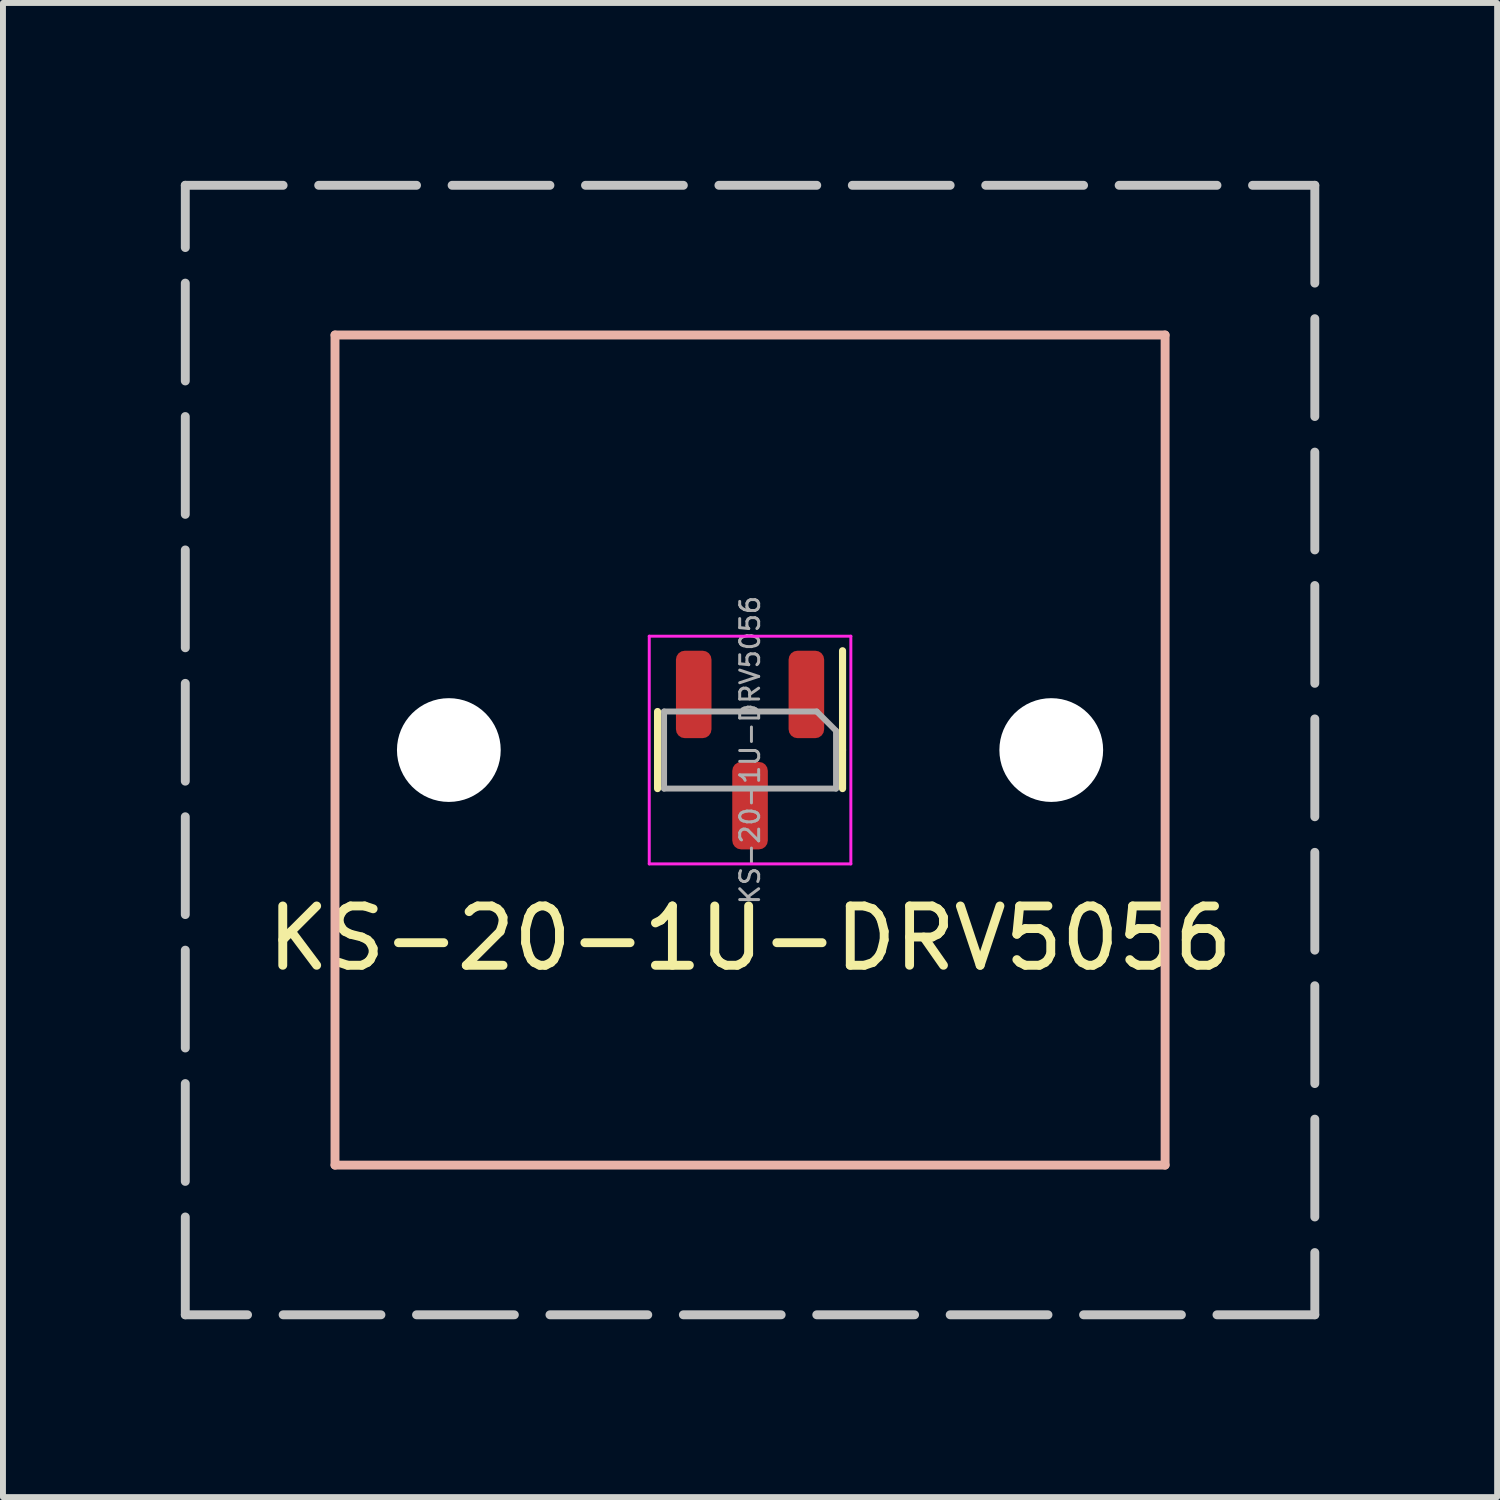
<source format=kicad_pcb>
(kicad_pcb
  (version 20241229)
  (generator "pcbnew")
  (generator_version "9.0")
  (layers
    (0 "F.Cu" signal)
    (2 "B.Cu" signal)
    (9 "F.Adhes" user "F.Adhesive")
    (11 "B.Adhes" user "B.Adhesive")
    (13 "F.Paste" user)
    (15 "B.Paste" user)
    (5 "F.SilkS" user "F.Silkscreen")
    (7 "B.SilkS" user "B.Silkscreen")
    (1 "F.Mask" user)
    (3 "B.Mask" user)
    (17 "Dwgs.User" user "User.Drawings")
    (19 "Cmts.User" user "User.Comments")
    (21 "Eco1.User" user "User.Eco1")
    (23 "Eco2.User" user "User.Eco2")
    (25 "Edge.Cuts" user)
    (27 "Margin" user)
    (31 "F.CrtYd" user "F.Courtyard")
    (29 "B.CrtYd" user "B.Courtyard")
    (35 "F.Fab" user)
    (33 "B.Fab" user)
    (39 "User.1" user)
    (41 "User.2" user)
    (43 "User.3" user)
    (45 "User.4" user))
  (footprint "KS-20-1U-DRV5056"
    (layer "F.Cu")
    (at 9.6 9.6)
    (property "Reference" "KS-20-1U-DRV5056" (at 0 3.175 0) (layer "F.SilkS") (effects (font (size 1 1) (thickness 0.15))))
    (attr through_hole)
    (fp_line (start -1.56 0) (end -1.56 -0.65) (stroke (width 0.12) (type solid)) (layer "F.SilkS"))
    (fp_line (start -1.56 0) (end -1.56 0.65) (stroke (width 0.12) (type solid)) (layer "F.SilkS"))
    (fp_line (start 1.56 0) (end 1.56 -1.675) (stroke (width 0.12) (type solid)) (layer "F.SilkS"))
    (fp_line (start 1.56 0) (end 1.56 0.65) (stroke (width 0.12) (type solid)) (layer "F.SilkS"))
    (fp_line (start -7 -7) (end -7 7) (stroke (width 0.15) (type solid)) (layer "B.SilkS"))
    (fp_line (start -7 -7) (end 7 -7) (stroke (width 0.15) (type solid)) (layer "B.SilkS"))
    (fp_line (start 7 -7) (end 7 7) (stroke (width 0.15) (type solid)) (layer "B.SilkS"))
    (fp_line (start 7 7) (end -7 7) (stroke (width 0.15) (type solid)) (layer "B.SilkS"))
    (fp_line (start -9.525 -9.525) (end 9.525 -9.525) (stroke (width 0.15) (type dash)) (layer "Dwgs.User"))
    (fp_line (start -9.525 9.525) (end -9.525 -9.525) (stroke (width 0.15) (type dash)) (layer "Dwgs.User"))
    (fp_line (start 9.525 -9.525) (end 9.525 9.525) (stroke (width 0.15) (type dash)) (layer "Dwgs.User"))
    (fp_line (start 9.525 9.525) (end -9.525 9.525) (stroke (width 0.15) (type dash)) (layer "Dwgs.User"))
    (fp_line (start -1.7 -1.92) (end -1.7 1.92) (stroke (width 0.05) (type solid)) (layer "F.CrtYd"))
    (fp_line (start -1.7 1.92) (end 1.7 1.92) (stroke (width 0.05) (type solid)) (layer "F.CrtYd"))
    (fp_line (start 1.7 -1.92) (end -1.7 -1.92) (stroke (width 0.05) (type solid)) (layer "F.CrtYd"))
    (fp_line (start 1.7 1.92) (end 1.7 -1.92) (stroke (width 0.05) (type solid)) (layer "F.CrtYd"))
    (fp_line (start -1.45 -0.65) (end 1.125 -0.65) (stroke (width 0.1) (type solid)) (layer "F.Fab"))
    (fp_line (start -1.45 0.65) (end -1.45 -0.65) (stroke (width 0.1) (type solid)) (layer "F.Fab"))
    (fp_line (start 1.125 -0.65) (end 1.45 -0.325) (stroke (width 0.1) (type solid)) (layer "F.Fab"))
    (fp_line (start 1.45 -0.325) (end 1.45 0.65) (stroke (width 0.1) (type solid)) (layer "F.Fab"))
    (fp_line (start 1.45 0.65) (end -1.45 0.65) (stroke (width 0.1) (type solid)) (layer "F.Fab"))
    (fp_text user "${REFERENCE}" (at 0 0 270) (layer "F.Fab") (effects (font (size 0.32 0.32) (thickness 0.05))))
    (pad "" np_thru_hole circle (at -5.08 0 48.1) (size 1.75 1.75) (drill 1.75) (layers "*.Cu" "*.Mask"))
    (pad "" np_thru_hole circle (at 5.08 0 48.1) (size 1.75 1.75) (drill 1.75) (layers "*.Cu" "*.Mask"))
    (pad "1" smd roundrect (at 0.95 -0.938 270) (size 1.475 0.6) (layers "F.Cu" "F.Mask" "F.Paste") (roundrect_rratio 0.25))
    (pad "2" smd roundrect (at -0.95 -0.938 270) (size 1.475 0.6) (layers "F.Cu" "F.Mask" "F.Paste") (roundrect_rratio 0.25))
    (pad "3" smd roundrect (at 0 0.938 270) (size 1.475 0.6) (layers "F.Cu" "F.Mask" "F.Paste") (roundrect_rratio 0.25))
    (zone (net_name "") (layers "F.Cu" "B.Cu") (hatch edge 0.5) (connect_pads) (min_thickness 0.25) (filled_areas_thickness no) (keepout (tracks allowed) (vias allowed) (pads allowed) (copperpour not_allowed) (footprints allowed)) (placement (enabled no)) (fill) (polygon (pts (xy 7.822 7.822) (xy 11.378 7.822) (xy 11.378 11.378) (xy 7.822 11.378)))))
  (gr_rect
    (start -3 -3)
    (end 22.2 22.2)
    (stroke (width 0.1) (type default))
    (fill no)
    (layer "Edge.Cuts")))
</source>
